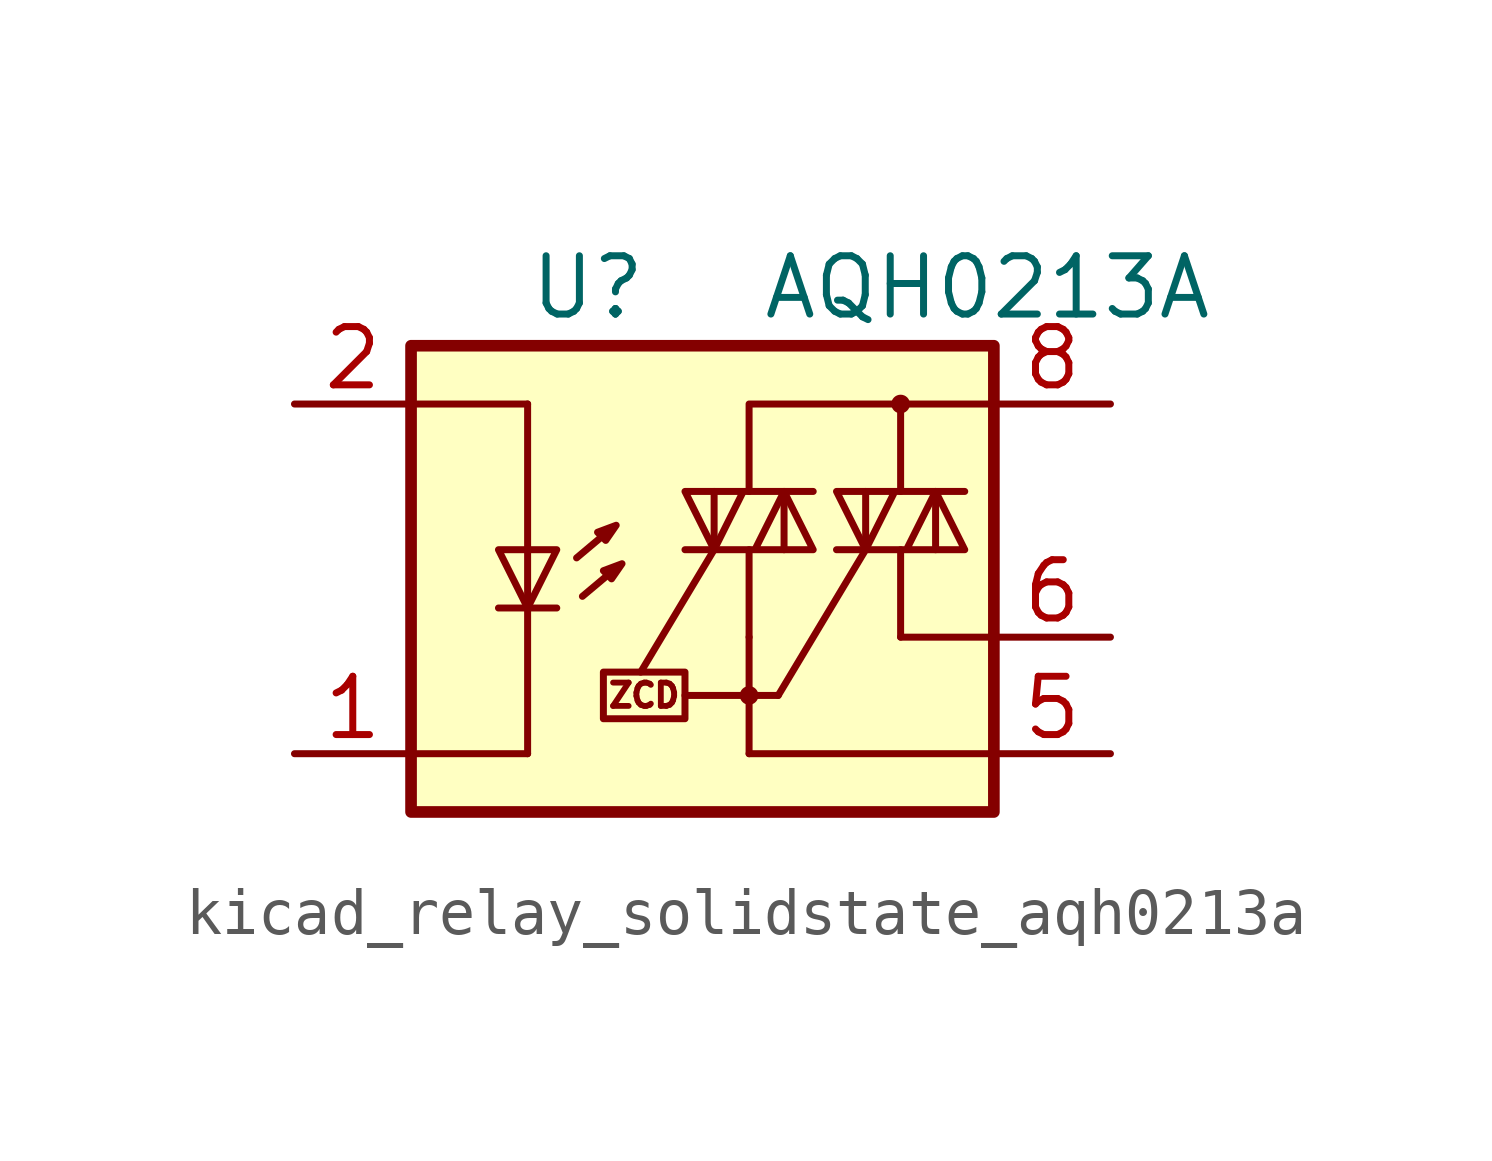
<source format=kicad_sym>
(kicad_symbol_lib
  (version 20220914)
  (generator kicad_symbol_editor)
  (symbol "kicad_relay_solidstate_aqh0213a"
    (property "Reference" "U"
      (at -5.08 5.08 0)
      (effects (font (size 1.27 1.27)) (justify left)))
    (property "Value" "AQH0213A"
      (at 0 5.08 0)
      (effects (font (size 1.27 1.27)) (justify left)))
    (symbol "kicad_relay_solidstate_aqh0213a_0_1"
      (polyline (pts (xy 3.048 -2.54) (xy 5.08 -2.54)) (stroke (width 0) (type default)) (fill (type none)))
      (polyline (pts (xy 3.048 -0.635) (xy 3.048 -2.54)) (stroke (width 0) (type default)) (fill (type none))))
    (symbol "kicad_relay_solidstate_aqh0213a_1_1"
      (rectangle (start -7.62 3.81) (end 5.08 -6.35) (stroke (width 0.254) (type default)) (fill (type background)))
      (rectangle (start -3.429 -3.302) (end -1.651 -4.318) (stroke (width 0) (type default)) (fill (type none)))
      (circle (center -0.254 -3.81) (radius 0.127) (stroke (width 0) (type default)) (fill (type none)))
      (polyline (pts (xy -5.715 -1.905) (xy -4.445 -1.905)) (stroke (width 0) (type default)) (fill (type none)))
      (polyline (pts (xy -5.08 -5.08) (xy -7.62 -5.08)) (stroke (width 0) (type default)) (fill (type none)))
      (polyline (pts (xy -5.08 -1.905) (xy -5.08 -5.08)) (stroke (width 0) (type default)) (fill (type none)))
      (polyline (pts (xy -5.08 -0.635) (xy -5.08 -1.905)) (stroke (width 0) (type default)) (fill (type none)))
      (polyline (pts (xy -5.08 -0.635) (xy -5.08 2.54)) (stroke (width 0) (type default)) (fill (type none)))
      (polyline (pts (xy -5.08 2.54) (xy -7.493 2.54)) (stroke (width 0) (type default)) (fill (type none)))
      (polyline (pts (xy -3.378 -0.279) (xy -4.013 -0.813)) (stroke (width 0) (type default)) (fill (type none)))
      (polyline (pts (xy -3.251 -1.118) (xy -3.886 -1.651)) (stroke (width 0) (type default)) (fill (type none)))
      (polyline (pts (xy -1.651 -3.81) (xy -0.254 -3.81)) (stroke (width 0) (type default)) (fill (type none)))
      (polyline (pts (xy -1.016 -0.635) (xy -2.616 -3.302)) (stroke (width 0) (type default)) (fill (type none)))
      (polyline (pts (xy -1.016 -0.635) (xy -1.016 0.635)) (stroke (width 0) (type default)) (fill (type none)))
      (polyline (pts (xy -0.254 -3.81) (xy 0.381 -3.81)) (stroke (width 0) (type default)) (fill (type none)))
      (polyline (pts (xy -0.254 -2.54) (xy -0.254 -5.08)) (stroke (width 0) (type default)) (fill (type none)))
      (polyline (pts (xy -0.254 -2.54) (xy -0.254 -0.635)) (stroke (width 0) (type default)) (fill (type none)))
      (polyline (pts (xy 0.381 -3.81) (xy 2.286 -0.635)) (stroke (width 0) (type default)) (fill (type none)))
      (polyline (pts (xy 0.508 0.635) (xy 0.508 -0.635)) (stroke (width 0) (type default)) (fill (type none)))
      (polyline (pts (xy 2.286 -0.635) (xy 2.286 0.635)) (stroke (width 0) (type default)) (fill (type none)))
      (polyline (pts (xy 3.048 2.54) (xy 3.048 0.635)) (stroke (width 0) (type default)) (fill (type none)))
      (polyline (pts (xy 3.81 0.635) (xy 3.81 -0.635)) (stroke (width 0) (type default)) (fill (type none)))
      (polyline (pts (xy 5.08 -5.08) (xy -0.254 -5.08)) (stroke (width 0) (type default)) (fill (type none)))
      (polyline (pts (xy 5.08 2.54) (xy 3.048 2.54)) (stroke (width 0) (type default)) (fill (type none)))
      (polyline (pts (xy 3.048 2.54) (xy -0.254 2.54) (xy -0.254 0.635)) (stroke (width 0) (type default)) (fill (type none)))
      (polyline (pts (xy -5.08 -1.905) (xy -5.715 -0.635) (xy -4.445 -0.635) (xy -5.08 -1.905)) (stroke (width 0) (type default)) (fill (type none)))
      (polyline (pts (xy -3.556 -0.254) (xy -3.378 -0.432) (xy -3.15 -0.102) (xy -3.556 -0.254)) (stroke (width 0) (type default)) (fill (type none)))
      (polyline (pts (xy -3.429 -1.092) (xy -3.251 -1.27) (xy -3.023 -0.94) (xy -3.429 -1.092)) (stroke (width 0) (type default)) (fill (type none)))
      (polyline (pts (xy -1.651 -0.635) (xy 1.143 -0.635) (xy 0.508 0.635) (xy -0.127 -0.635)) (stroke (width 0) (type default)) (fill (type none)))
      (polyline (pts (xy 1.143 0.635) (xy -1.651 0.635) (xy -1.016 -0.635) (xy -0.381 0.635)) (stroke (width 0) (type default)) (fill (type none)))
      (polyline (pts (xy 1.651 -0.635) (xy 4.445 -0.635) (xy 3.81 0.635) (xy 3.175 -0.635)) (stroke (width 0) (type default)) (fill (type none)))
      (polyline (pts (xy 4.445 0.635) (xy 1.651 0.635) (xy 2.286 -0.635) (xy 2.921 0.635)) (stroke (width 0) (type default)) (fill (type none)))
      (circle (center 3.048 2.54) (radius 0.127) (stroke (width 0) (type default)) (fill (type none)))
      (text "ZCD" (at -2.54 -3.81 0) (effects (font (size 0.508 0.508))))
      (pin passive line (at -10.16 -5.08 0) (length 2.54) (name "~" (effects (font (size 1.27 1.27)))) (number "1" (effects (font (size 1.27 1.27)))))
      (pin passive line (at -10.16 2.54 0) (length 2.54) (name "~" (effects (font (size 1.27 1.27)))) (number "2" (effects (font (size 1.27 1.27)))))
      (pin passive line (at -10.16 -5.08 0) (length 2.54) hide (name "~" (effects (font (size 1.27 1.27)))) (number "3" (effects (font (size 1.27 1.27)))))
      (pin passive line (at -10.16 -5.08 0) (length 2.54) hide (name "~" (effects (font (size 1.27 1.27)))) (number "4" (effects (font (size 1.27 1.27)))))
      (pin passive line (at 7.62 -5.08 180) (length 2.54) (name "~" (effects (font (size 1.27 1.27)))) (number "5" (effects (font (size 1.27 1.27)))))
      (pin passive line (at 7.62 -2.54 180) (length 2.54) (name "~" (effects (font (size 1.27 1.27)))) (number "6" (effects (font (size 1.27 1.27)))))
      (pin passive line (at 7.62 2.54 180) (length 2.54) (name "~" (effects (font (size 1.27 1.27)))) (number "8" (effects (font (size 1.27 1.27))))))))
</source>
